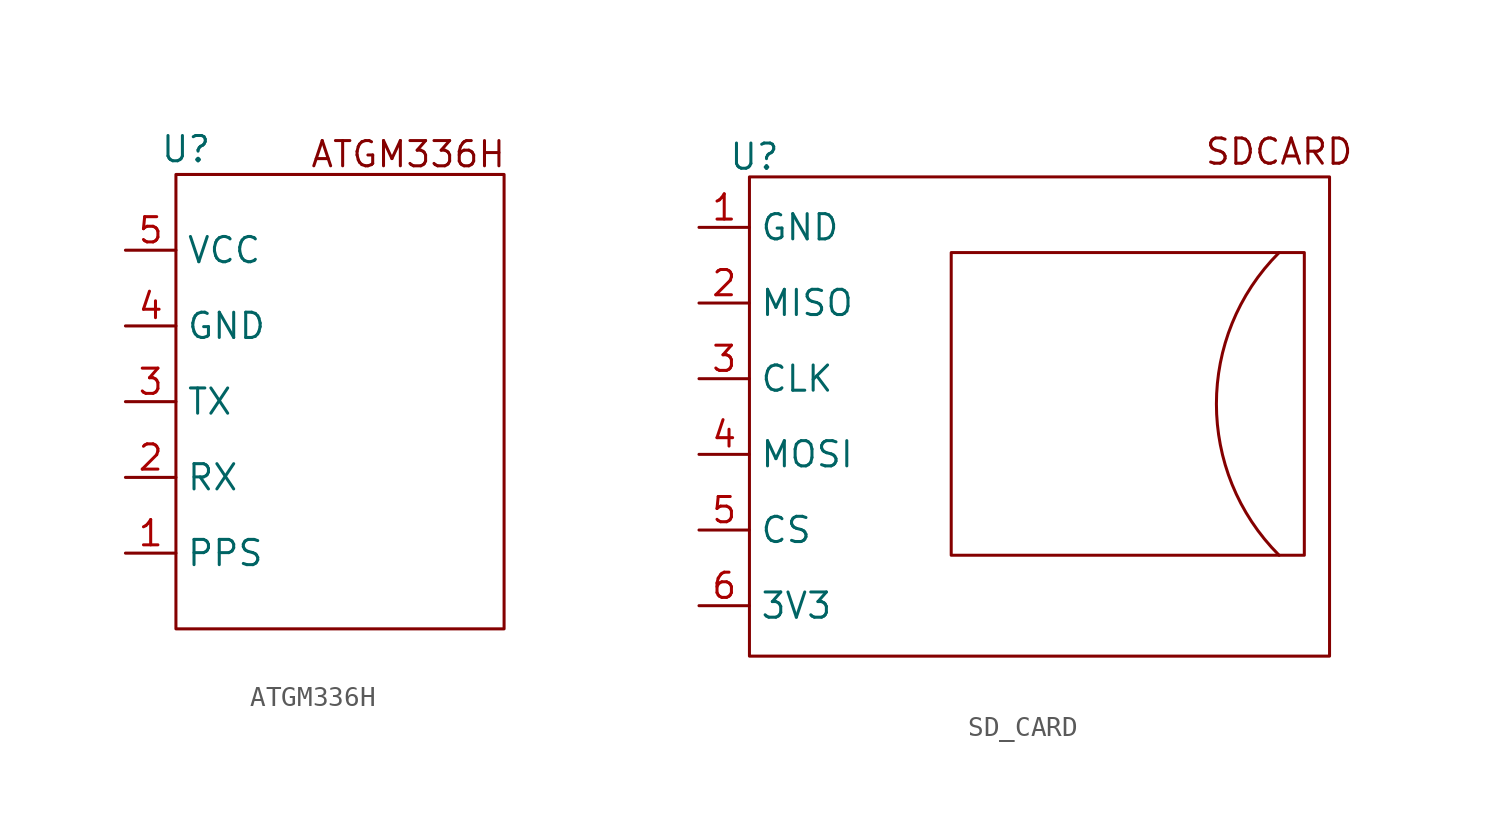
<source format=kicad_sym>
(kicad_symbol_lib
  (version 20241209)
  (generator "kicad_symbol_editor")
  (generator_version "9.0")
  (symbol "ATGM336H"
    (property "Reference" "U"
      (at 0.508 1.27 0)
      (effects (font (size 1.27 1.27))))
    (property "Value" ""
      (at 0 0 0)
      (effects (font (size 1.27 1.27))))
    (symbol "ATGM336H_0_1"
      (rectangle (start 0 0) (end 16.51 -22.86) (stroke (width 0) (type default)) (fill (type none))))
    (symbol "ATGM336H_1_1"
      (text "ATGM336H" (at 11.684 1.016 0) (effects (font (size 1.27 1.27))))
      (pin passive line (at -2.54 -3.81 0) (length 2.54) (name "VCC" (effects (font (size 1.27 1.27)))) (number "5" (effects (font (size 1.27 1.27)))))
      (pin passive line (at -2.54 -7.62 0) (length 2.54) (name "GND" (effects (font (size 1.27 1.27)))) (number "4" (effects (font (size 1.27 1.27)))))
      (pin passive line (at -2.54 -11.43 0) (length 2.54) (name "TX" (effects (font (size 1.27 1.27)))) (number "3" (effects (font (size 1.27 1.27)))))
      (pin passive line (at -2.54 -15.24 0) (length 2.54) (name "RX" (effects (font (size 1.27 1.27)))) (number "2" (effects (font (size 1.27 1.27)))))
      (pin passive line (at -2.54 -19.05 0) (length 2.54) (name "PPS" (effects (font (size 1.27 1.27)))) (number "1" (effects (font (size 1.27 1.27)))))))
  (symbol "SD_CARD"
    (property "Reference" "U"
      (at 0.254 1.016 0)
      (effects (font (size 1.27 1.27))))
    (property "Value" ""
      (at 0 0 0)
      (effects (font (size 1.27 1.27))))
    (symbol "SD_CARD_0_1"
      (rectangle (start 0 0) (end 29.21 -24.13) (stroke (width 0) (type default)) (fill (type none)))
      (rectangle (start 10.16 -3.81) (end 27.94 -19.05) (stroke (width 0) (type default)) (fill (type none)))
      (arc (start 26.67 -19.05) (mid 23.5137 -11.43) (end 26.67 -3.81) (stroke (width 0) (type default)) (fill (type none))))
    (symbol "SD_CARD_1_1"
      (text "SDCARD" (at 26.67 1.27 0) (effects (font (size 1.27 1.27))))
      (pin passive line (at -2.54 -2.54 0) (length 2.54) (name "GND" (effects (font (size 1.27 1.27)))) (number "1" (effects (font (size 1.27 1.27)))))
      (pin passive line (at -2.54 -6.35 0) (length 2.54) (name "MISO" (effects (font (size 1.27 1.27)))) (number "2" (effects (font (size 1.27 1.27)))))
      (pin passive line (at -2.54 -10.16 0) (length 2.54) (name "CLK" (effects (font (size 1.27 1.27)))) (number "3" (effects (font (size 1.27 1.27)))))
      (pin passive line (at -2.54 -13.97 0) (length 2.54) (name "MOSI" (effects (font (size 1.27 1.27)))) (number "4" (effects (font (size 1.27 1.27)))))
      (pin passive line (at -2.54 -17.78 0) (length 2.54) (name "CS" (effects (font (size 1.27 1.27)))) (number "5" (effects (font (size 1.27 1.27)))))
      (pin passive line (at -2.54 -21.59 0) (length 2.54) (name "3V3" (effects (font (size 1.27 1.27)))) (number "6" (effects (font (size 1.27 1.27))))))))
</source>
